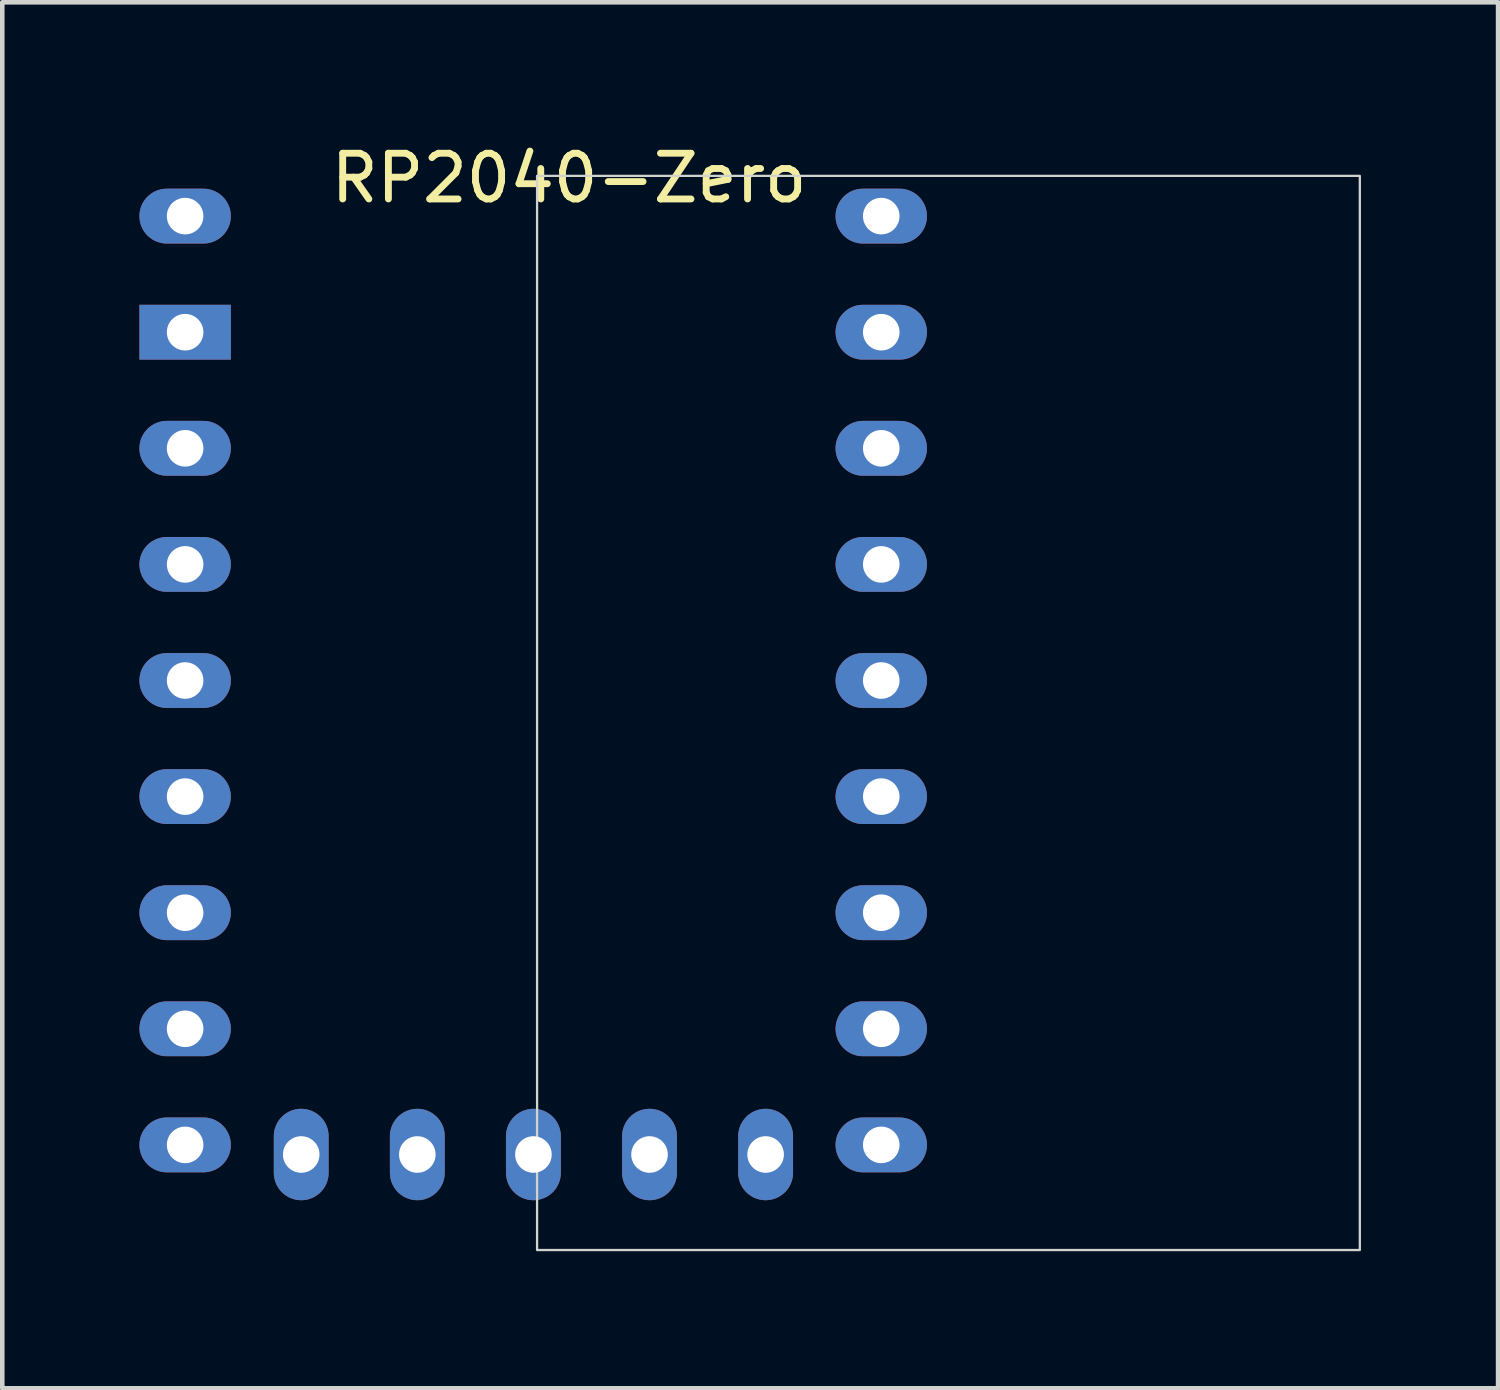
<source format=kicad_pcb>
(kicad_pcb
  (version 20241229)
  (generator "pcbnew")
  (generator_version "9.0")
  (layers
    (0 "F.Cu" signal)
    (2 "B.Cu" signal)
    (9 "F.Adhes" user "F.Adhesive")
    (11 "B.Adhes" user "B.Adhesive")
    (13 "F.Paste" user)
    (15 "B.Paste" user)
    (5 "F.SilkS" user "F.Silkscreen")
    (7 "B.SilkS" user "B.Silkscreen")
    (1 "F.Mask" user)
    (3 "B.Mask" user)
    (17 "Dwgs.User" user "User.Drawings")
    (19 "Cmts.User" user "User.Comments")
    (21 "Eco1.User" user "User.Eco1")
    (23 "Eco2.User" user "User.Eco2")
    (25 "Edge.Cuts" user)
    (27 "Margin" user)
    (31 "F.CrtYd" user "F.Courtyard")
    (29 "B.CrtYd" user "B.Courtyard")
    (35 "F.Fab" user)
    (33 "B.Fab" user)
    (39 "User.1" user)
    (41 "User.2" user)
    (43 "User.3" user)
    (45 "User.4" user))
  (footprint "RP2040-Zero"
    (layer "F.Cu")
    (at 8.7 0.798)
    (property "Reference" "RP2040-Zero" (at 0.7 0.05 0) (layer "F.SilkS") (effects (font (size 1 1) (thickness 0.15))))
    (attr through_hole)
    (fp_rect (start 0 0) (end 18 23.5) (stroke (width 0.05) (type default)) (fill no) (layer "Edge.Cuts"))
    (pad "1" thru_hole oval (at -7.7 0.88 270) (size 1.2 2) (drill 0.8) (property pad_prop_castellated) (layers "*.Cu" "*.Mask"))
    (pad "1" thru_hole oval (at -5.16 21.41) (size 1.2 2) (drill 0.8) (layers "*.Cu" "*.Mask"))
    (pad "1" thru_hole oval (at 7.53 0.88 270) (size 1.2 2) (drill 0.8) (layers "*.Cu" "*.Mask"))
    (pad "2" thru_hole rect (at -7.7 3.42 270) (size 1.2 2) (drill 0.8) (property pad_prop_castellated) (layers "*.Cu" "*.Mask"))
    (pad "2" thru_hole oval (at -2.62 21.41) (size 1.2 2) (drill 0.8) (layers "*.Cu" "*.Mask"))
    (pad "2" thru_hole oval (at 7.53 3.42 270) (size 1.2 2) (drill 0.8) (layers "*.Cu" "*.Mask"))
    (pad "3" thru_hole oval (at -7.7 5.96 270) (size 1.2 2) (drill 0.8) (layers "*.Cu" "*.Mask"))
    (pad "3" thru_hole oval (at -0.08 21.41) (size 1.2 2) (drill 0.8) (layers "*.Cu" "*.Mask"))
    (pad "3" thru_hole oval (at 7.53 5.96 270) (size 1.2 2) (drill 0.8) (layers "*.Cu" "*.Mask"))
    (pad "4" thru_hole oval (at -7.7 8.5 270) (size 1.2 2) (drill 0.8) (layers "*.Cu" "*.Mask"))
    (pad "4" thru_hole oval (at 2.46 21.41) (size 1.2 2) (drill 0.8) (layers "*.Cu" "*.Mask"))
    (pad "4" thru_hole oval (at 7.53 8.5 270) (size 1.2 2) (drill 0.8) (layers "*.Cu" "*.Mask"))
    (pad "5" thru_hole oval (at -7.7 11.04 270) (size 1.2 2) (drill 0.8) (layers "*.Cu" "*.Mask"))
    (pad "5" thru_hole oval (at 5 21.41) (size 1.2 2) (drill 0.8) (layers "*.Cu" "*.Mask"))
    (pad "5" thru_hole oval (at 7.53 11.04 270) (size 1.2 2) (drill 0.8) (layers "*.Cu" "*.Mask"))
    (pad "6" thru_hole oval (at -7.7 13.58 270) (size 1.2 2) (drill 0.8) (layers "*.Cu" "*.Mask"))
    (pad "6" thru_hole oval (at 7.53 13.58 270) (size 1.2 2) (drill 0.8) (layers "*.Cu" "*.Mask"))
    (pad "7" thru_hole oval (at -7.7 16.12 270) (size 1.2 2) (drill 0.8) (layers "*.Cu" "*.Mask"))
    (pad "7" thru_hole oval (at 7.53 16.12 270) (size 1.2 2) (drill 0.8) (layers "*.Cu" "*.Mask"))
    (pad "8" thru_hole oval (at -7.7 18.66 270) (size 1.2 2) (drill 0.8) (layers "*.Cu" "*.Mask"))
    (pad "8" thru_hole oval (at 7.53 18.66 270) (size 1.2 2) (drill 0.8) (layers "*.Cu" "*.Mask"))
    (pad "9" thru_hole oval (at -7.7 21.2 270) (size 1.2 2) (drill 0.8) (layers "*.Cu" "*.Mask"))
    (pad "9" thru_hole oval (at 7.53 21.2 270) (size 1.2 2) (drill 0.8) (layers "*.Cu" "*.Mask")))
  (gr_rect
    (start -3 -3)
    (end 29.725 27.323)
    (stroke (width 0.1) (type default))
    (fill no)
    (layer "Edge.Cuts")))
</source>
